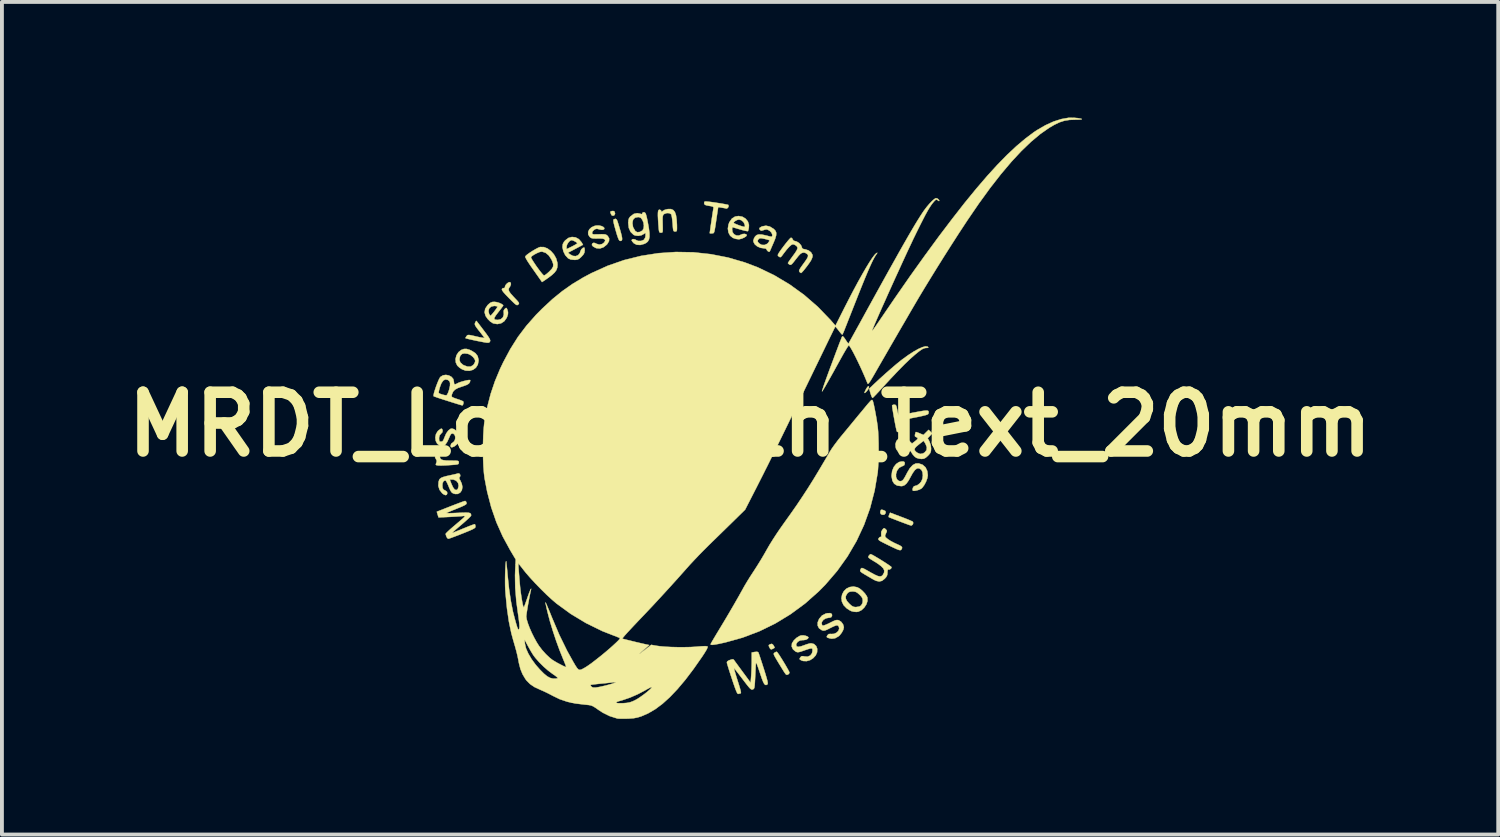
<source format=kicad_pcb>
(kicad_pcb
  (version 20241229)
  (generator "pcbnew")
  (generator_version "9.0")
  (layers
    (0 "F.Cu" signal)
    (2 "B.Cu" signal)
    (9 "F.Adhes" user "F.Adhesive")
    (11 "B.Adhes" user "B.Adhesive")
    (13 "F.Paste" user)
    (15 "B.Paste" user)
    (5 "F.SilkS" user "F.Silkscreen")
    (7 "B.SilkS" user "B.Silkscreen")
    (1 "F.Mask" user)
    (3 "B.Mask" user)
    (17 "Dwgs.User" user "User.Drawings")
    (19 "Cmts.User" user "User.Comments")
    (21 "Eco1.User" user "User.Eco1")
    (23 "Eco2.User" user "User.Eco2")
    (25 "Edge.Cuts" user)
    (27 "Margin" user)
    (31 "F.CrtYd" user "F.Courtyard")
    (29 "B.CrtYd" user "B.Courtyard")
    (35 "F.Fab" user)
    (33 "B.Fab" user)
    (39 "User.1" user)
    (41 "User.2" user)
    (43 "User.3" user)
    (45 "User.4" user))
  (footprint "MRDT_Logo_With_Text_20mm"
    (layer "F.Cu")
    (at 14.554 8.595)
    (property "Reference" "MRDT_Logo_With_Text_20mm" (at 1.854 -0.635 0) (layer "F.SilkS") (effects (font (size 1.524 1.524) (thickness 0.3))))
    (attr through_hole)
    (fp_poly (pts (xy 5.312 1.588) (xy 5.36 1.61) (xy 5.374 1.637) (xy 5.363 1.679) (xy 5.333 1.708) (xy 5.283 1.708) (xy 5.25 1.694) (xy 5.231 1.657) (xy 5.235 1.62) (xy 5.248 1.584) (xy 5.272 1.577) (xy 5.312 1.588)) (stroke (width 0.01) (type solid)) (fill yes) (layer "F.SilkS"))
    (fp_poly (pts (xy -1.683 -6.17) (xy -1.663 -6.157) (xy -1.647 -6.105) (xy -1.664 -6.064) (xy -1.69 -6.05) (xy -1.729 -6.053) (xy -1.754 -6.09) (xy -1.754 -6.092) (xy -1.77 -6.137) (xy -1.767 -6.157) (xy -1.74 -6.167) (xy -1.727 -6.171) (xy -1.683 -6.17)) (stroke (width 0.01) (type solid)) (fill yes) (layer "F.SilkS"))
    (fp_poly (pts (xy 4.938 -1.617) (xy 4.935 -1.576) (xy 4.934 -1.576) (xy 4.918 -1.544) (xy 4.889 -1.506) (xy 4.857 -1.471) (xy 4.831 -1.451) (xy 4.821 -1.454) (xy 4.83 -1.481) (xy 4.853 -1.53) (xy 4.865 -1.554) (xy 4.897 -1.604) (xy 4.923 -1.626) (xy 4.938 -1.617)) (stroke (width 0.01) (type solid)) (fill yes) (layer "F.SilkS"))
    (fp_poly (pts (xy 2.445 5.074) (xy 2.463 5.099) (xy 2.485 5.139) (xy 2.491 5.159) (xy 2.491 5.159) (xy 2.469 5.172) (xy 2.437 5.19) (xy 2.401 5.202) (xy 2.377 5.186) (xy 2.358 5.153) (xy 2.338 5.109) (xy 2.344 5.086) (xy 2.376 5.068) (xy 2.416 5.057) (xy 2.445 5.074)) (stroke (width 0.01) (type solid)) (fill yes) (layer "F.SilkS"))
    (fp_poly (pts (xy -1.605 -5.948) (xy -1.585 -5.902) (xy -1.536 -5.744) (xy -1.501 -5.623) (xy -1.478 -5.533) (xy -1.466 -5.47) (xy -1.466 -5.429) (xy -1.476 -5.406) (xy -1.497 -5.396) (xy -1.514 -5.395) (xy -1.532 -5.402) (xy -1.551 -5.427) (xy -1.572 -5.477) (xy -1.599 -5.556) (xy -1.631 -5.666) (xy -1.664 -5.783) (xy -1.684 -5.865) (xy -1.692 -5.918) (xy -1.689 -5.946) (xy -1.683 -5.954) (xy -1.638 -5.97) (xy -1.605 -5.948)) (stroke (width 0.01) (type solid)) (fill yes) (layer "F.SilkS"))
    (fp_poly (pts (xy 5.768 1.761) (xy 5.871 1.8) (xy 5.962 1.837) (xy 6.03 1.866) (xy 6.07 1.885) (xy 6.075 1.888) (xy 6.087 1.921) (xy 6.075 1.96) (xy 6.046 1.986) (xy 6.032 1.988) (xy 6.003 1.98) (xy 5.943 1.959) (xy 5.859 1.928) (xy 5.761 1.891) (xy 5.739 1.883) (xy 5.639 1.844) (xy 5.554 1.811) (xy 5.49 1.786) (xy 5.457 1.773) (xy 5.454 1.772) (xy 5.449 1.75) (xy 5.462 1.71) (xy 5.487 1.655) (xy 5.768 1.761)) (stroke (width 0.01) (type solid)) (fill yes) (layer "F.SilkS"))
    (fp_poly (pts (xy 2.566 5.284) (xy 2.601 5.332) (xy 2.646 5.402) (xy 2.698 5.485) (xy 2.751 5.572) (xy 2.8 5.656) (xy 2.841 5.728) (xy 2.868 5.781) (xy 2.877 5.805) (xy 2.862 5.835) (xy 2.837 5.853) (xy 2.808 5.862) (xy 2.783 5.849) (xy 2.751 5.806) (xy 2.737 5.785) (xy 2.7 5.726) (xy 2.65 5.644) (xy 2.594 5.553) (xy 2.565 5.505) (xy 2.514 5.419) (xy 2.483 5.363) (xy 2.469 5.327) (xy 2.471 5.305) (xy 2.484 5.29) (xy 2.488 5.287) (xy 2.527 5.266) (xy 2.548 5.264) (xy 2.566 5.284)) (stroke (width 0.01) (type solid)) (fill yes) (layer "F.SilkS"))
    (fp_poly (pts (xy -4.356 -4.312) (xy -4.35 -4.273) (xy -4.367 -4.222) (xy -4.381 -4.201) (xy -4.404 -4.163) (xy -4.409 -4.126) (xy -4.395 -4.084) (xy -4.357 -4.03) (xy -4.292 -3.957) (xy -4.247 -3.909) (xy -4.187 -3.846) (xy -4.153 -3.805) (xy -4.14 -3.778) (xy -4.146 -3.759) (xy -4.161 -3.745) (xy -4.178 -3.732) (xy -4.197 -3.731) (xy -4.224 -3.745) (xy -4.264 -3.778) (xy -4.323 -3.835) (xy -4.398 -3.91) (xy -4.486 -4.001) (xy -4.545 -4.067) (xy -4.577 -4.113) (xy -4.585 -4.142) (xy -4.584 -4.146) (xy -4.558 -4.172) (xy -4.538 -4.17) (xy -4.512 -4.174) (xy -4.506 -4.202) (xy -4.49 -4.247) (xy -4.45 -4.293) (xy -4.404 -4.323) (xy -4.386 -4.327) (xy -4.356 -4.312)) (stroke (width 0.01) (type solid)) (fill yes) (layer "F.SilkS"))
    (fp_poly (pts (xy -6.22 0.129) (xy -6.196 0.168) (xy -6.193 0.199) (xy -6.186 0.242) (xy -6.161 0.272) (xy -6.113 0.291) (xy -6.035 0.301) (xy -5.922 0.304) (xy -5.906 0.304) (xy -5.812 0.305) (xy -5.752 0.307) (xy -5.719 0.314) (xy -5.705 0.327) (xy -5.702 0.348) (xy -5.702 0.354) (xy -5.704 0.378) (xy -5.717 0.394) (xy -5.747 0.404) (xy -5.804 0.411) (xy -5.896 0.418) (xy -5.897 0.418) (xy -6.047 0.428) (xy -6.159 0.432) (xy -6.235 0.43) (xy -6.281 0.423) (xy -6.298 0.41) (xy -6.299 0.406) (xy -6.288 0.365) (xy -6.279 0.348) (xy -6.275 0.304) (xy -6.29 0.274) (xy -6.318 0.221) (xy -6.311 0.175) (xy -6.294 0.147) (xy -6.256 0.12) (xy -6.22 0.129)) (stroke (width 0.01) (type solid)) (fill yes) (layer "F.SilkS"))
    (fp_poly (pts (xy 6.457 -2.654) (xy 6.469 -2.646) (xy 6.479 -2.627) (xy 6.453 -2.62) (xy 6.435 -2.62) (xy 6.392 -2.616) (xy 6.348 -2.602) (xy 6.298 -2.574) (xy 6.232 -2.526) (xy 6.143 -2.454) (xy 6.123 -2.437) (xy 6.004 -2.332) (xy 5.859 -2.193) (xy 5.691 -2.022) (xy 5.499 -1.819) (xy 5.293 -1.596) (xy 5.212 -1.507) (xy 5.14 -1.43) (xy 5.083 -1.37) (xy 5.045 -1.332) (xy 5.033 -1.322) (xy 5.018 -1.337) (xy 4.998 -1.383) (xy 4.979 -1.438) (xy 4.944 -1.562) (xy 5.08 -1.691) (xy 5.22 -1.821) (xy 5.365 -1.952) (xy 5.509 -2.078) (xy 5.642 -2.192) (xy 5.758 -2.286) (xy 5.803 -2.321) (xy 5.956 -2.432) (xy 6.096 -2.523) (xy 6.219 -2.592) (xy 6.323 -2.638) (xy 6.404 -2.66) (xy 6.457 -2.654)) (stroke (width 0.01) (type solid)) (fill yes) (layer "F.SilkS"))
    (fp_poly (pts (xy 5.372 2.083) (xy 5.4 2.115) (xy 5.4 2.146) (xy 5.385 2.179) (xy 5.363 2.228) (xy 5.355 2.262) (xy 5.373 2.295) (xy 5.424 2.338) (xy 5.498 2.387) (xy 5.59 2.436) (xy 5.661 2.469) (xy 5.742 2.506) (xy 5.787 2.537) (xy 5.8 2.567) (xy 5.785 2.602) (xy 5.776 2.614) (xy 5.762 2.625) (xy 5.74 2.627) (xy 5.704 2.618) (xy 5.648 2.596) (xy 5.566 2.558) (xy 5.457 2.506) (xy 5.345 2.451) (xy 5.267 2.411) (xy 5.217 2.383) (xy 5.191 2.361) (xy 5.182 2.344) (xy 5.186 2.327) (xy 5.19 2.319) (xy 5.219 2.288) (xy 5.242 2.283) (xy 5.258 2.275) (xy 5.257 2.232) (xy 5.256 2.221) (xy 5.257 2.15) (xy 5.287 2.097) (xy 5.318 2.062) (xy 5.341 2.058) (xy 5.372 2.083)) (stroke (width 0.01) (type solid)) (fill yes) (layer "F.SilkS"))
    (fp_poly (pts (xy -5.422 -2.57) (xy -5.364 -2.543) (xy -5.27 -2.482) (xy -5.213 -2.408) (xy -5.19 -2.316) (xy -5.189 -2.288) (xy -5.208 -2.187) (xy -5.258 -2.107) (xy -5.333 -2.052) (xy -5.425 -2.026) (xy -5.528 -2.031) (xy -5.62 -2.066) (xy -5.683 -2.107) (xy -5.736 -2.156) (xy -5.743 -2.164) (xy -5.78 -2.243) (xy -5.784 -2.313) (xy -5.687 -2.313) (xy -5.662 -2.242) (xy -5.596 -2.183) (xy -5.575 -2.171) (xy -5.477 -2.135) (xy -5.394 -2.135) (xy -5.33 -2.173) (xy -5.319 -2.185) (xy -5.288 -2.236) (xy -5.275 -2.28) (xy -5.275 -2.281) (xy -5.293 -2.333) (xy -5.338 -2.389) (xy -5.399 -2.437) (xy -5.462 -2.466) (xy -5.467 -2.467) (xy -5.556 -2.478) (xy -5.617 -2.464) (xy -5.658 -2.422) (xy -5.671 -2.395) (xy -5.687 -2.313) (xy -5.784 -2.313) (xy -5.786 -2.335) (xy -5.762 -2.428) (xy -5.711 -2.509) (xy -5.64 -2.566) (xy -5.57 -2.592) (xy -5.502 -2.594) (xy -5.422 -2.57)) (stroke (width 0.01) (type solid)) (fill yes) (layer "F.SilkS"))
    (fp_poly (pts (xy -5.23 -3.303) (xy -5.194 -3.256) (xy -5.142 -3.188) (xy -5.079 -3.105) (xy -5.054 -3.072) (xy -4.98 -2.973) (xy -4.93 -2.902) (xy -4.9 -2.852) (xy -4.888 -2.818) (xy -4.889 -2.795) (xy -4.892 -2.789) (xy -4.903 -2.771) (xy -4.917 -2.759) (xy -4.941 -2.754) (xy -4.982 -2.756) (xy -5.045 -2.766) (xy -5.138 -2.784) (xy -5.259 -2.808) (xy -5.36 -2.83) (xy -5.444 -2.849) (xy -5.503 -2.864) (xy -5.53 -2.874) (xy -5.53 -2.875) (xy -5.518 -2.899) (xy -5.499 -2.927) (xy -5.484 -2.945) (xy -5.465 -2.954) (xy -5.434 -2.955) (xy -5.384 -2.947) (xy -5.304 -2.929) (xy -5.244 -2.915) (xy -5.155 -2.895) (xy -5.086 -2.883) (xy -5.045 -2.88) (xy -5.037 -2.885) (xy -5.057 -2.911) (xy -5.097 -2.962) (xy -5.149 -3.029) (xy -5.178 -3.065) (xy -5.236 -3.14) (xy -5.27 -3.19) (xy -5.285 -3.225) (xy -5.285 -3.253) (xy -5.277 -3.276) (xy -5.257 -3.312) (xy -5.245 -3.322) (xy -5.23 -3.303)) (stroke (width 0.01) (type solid)) (fill yes) (layer "F.SilkS"))
    (fp_poly (pts (xy 0.752 -6.415) (xy 0.825 -6.407) (xy 0.915 -6.395) (xy 1.012 -6.38) (xy 1.108 -6.365) (xy 1.193 -6.35) (xy 1.256 -6.338) (xy 1.288 -6.33) (xy 1.29 -6.329) (xy 1.298 -6.297) (xy 1.282 -6.259) (xy 1.254 -6.236) (xy 1.239 -6.235) (xy 1.195 -6.245) (xy 1.132 -6.256) (xy 1.115 -6.259) (xy 1.027 -6.273) (xy 0.989 -6.021) (xy 0.968 -5.877) (xy 0.952 -5.77) (xy 0.939 -5.694) (xy 0.929 -5.644) (xy 0.918 -5.614) (xy 0.907 -5.599) (xy 0.893 -5.594) (xy 0.874 -5.592) (xy 0.867 -5.591) (xy 0.824 -5.589) (xy 0.808 -5.595) (xy 0.811 -5.623) (xy 0.82 -5.683) (xy 0.831 -5.767) (xy 0.846 -5.866) (xy 0.861 -5.969) (xy 0.876 -6.067) (xy 0.889 -6.152) (xy 0.899 -6.213) (xy 0.904 -6.241) (xy 0.906 -6.267) (xy 0.89 -6.284) (xy 0.847 -6.296) (xy 0.792 -6.305) (xy 0.721 -6.318) (xy 0.683 -6.333) (xy 0.666 -6.357) (xy 0.663 -6.371) (xy 0.666 -6.408) (xy 0.699 -6.419) (xy 0.705 -6.419) (xy 0.752 -6.415)) (stroke (width 0.01) (type solid)) (fill yes) (layer "F.SilkS"))
    (fp_poly (pts (xy 4.635 3.59) (xy 4.699 3.624) (xy 4.77 3.683) (xy 4.835 3.752) (xy 4.882 3.821) (xy 4.898 3.859) (xy 4.9 3.945) (xy 4.87 4.035) (xy 4.815 4.118) (xy 4.744 4.184) (xy 4.663 4.223) (xy 4.613 4.23) (xy 4.544 4.224) (xy 4.484 4.209) (xy 4.48 4.208) (xy 4.428 4.181) (xy 4.368 4.141) (xy 4.357 4.133) (xy 4.279 4.052) (xy 4.236 3.961) (xy 4.227 3.882) (xy 4.335 3.882) (xy 4.369 3.949) (xy 4.423 4.01) (xy 4.481 4.064) (xy 4.527 4.092) (xy 4.576 4.103) (xy 4.605 4.103) (xy 4.69 4.09) (xy 4.736 4.061) (xy 4.771 3.998) (xy 4.778 3.94) (xy 4.772 3.886) (xy 4.746 3.838) (xy 4.694 3.782) (xy 4.692 3.78) (xy 4.634 3.73) (xy 4.585 3.706) (xy 4.527 3.698) (xy 4.512 3.698) (xy 4.445 3.704) (xy 4.4 3.726) (xy 4.374 3.754) (xy 4.337 3.819) (xy 4.335 3.882) (xy 4.227 3.882) (xy 4.225 3.866) (xy 4.243 3.774) (xy 4.286 3.693) (xy 4.351 3.627) (xy 4.436 3.585) (xy 4.536 3.571) (xy 4.635 3.59)) (stroke (width 0.01) (type solid)) (fill yes) (layer "F.SilkS"))
    (fp_poly (pts (xy 5.625 -1.142) (xy 5.644 -1.121) (xy 5.659 -1.073) (xy 5.67 -1.016) (xy 5.684 -0.947) (xy 5.697 -0.896) (xy 5.704 -0.877) (xy 5.726 -0.878) (xy 5.784 -0.886) (xy 5.87 -0.9) (xy 5.978 -0.919) (xy 6.09 -0.941) (xy 6.231 -0.967) (xy 6.335 -0.985) (xy 6.407 -0.994) (xy 6.453 -0.993) (xy 6.478 -0.983) (xy 6.487 -0.963) (xy 6.485 -0.933) (xy 6.482 -0.919) (xy 6.473 -0.904) (xy 6.448 -0.889) (xy 6.402 -0.874) (xy 6.329 -0.856) (xy 6.225 -0.833) (xy 6.102 -0.809) (xy 5.981 -0.786) (xy 5.877 -0.765) (xy 5.794 -0.749) (xy 5.741 -0.738) (xy 5.724 -0.734) (xy 5.726 -0.711) (xy 5.736 -0.654) (xy 5.754 -0.568) (xy 5.771 -0.493) (xy 5.769 -0.457) (xy 5.736 -0.439) (xy 5.726 -0.437) (xy 5.681 -0.438) (xy 5.662 -0.452) (xy 5.652 -0.489) (xy 5.637 -0.555) (xy 5.619 -0.644) (xy 5.6 -0.744) (xy 5.581 -0.849) (xy 5.564 -0.948) (xy 5.55 -1.034) (xy 5.541 -1.097) (xy 5.539 -1.129) (xy 5.539 -1.131) (xy 5.566 -1.144) (xy 5.598 -1.147) (xy 5.625 -1.142)) (stroke (width 0.01) (type solid)) (fill yes) (layer "F.SilkS"))
    (fp_poly (pts (xy -2.672 -5.487) (xy -2.587 -5.441) (xy -2.518 -5.361) (xy -2.517 -5.358) (xy -2.48 -5.295) (xy -2.675 -5.192) (xy -2.87 -5.089) (xy -2.821 -5.05) (xy -2.744 -5.007) (xy -2.669 -5) (xy -2.605 -5.026) (xy -2.561 -5.082) (xy -2.55 -5.119) (xy -2.524 -5.176) (xy -2.481 -5.215) (xy -2.448 -5.224) (xy -2.44 -5.205) (xy -2.436 -5.159) (xy -2.436 -5.147) (xy -2.444 -5.09) (xy -2.472 -5.039) (xy -2.519 -4.987) (xy -2.573 -4.937) (xy -2.618 -4.913) (xy -2.674 -4.904) (xy -2.708 -4.904) (xy -2.799 -4.913) (xy -2.866 -4.944) (xy -2.871 -4.949) (xy -2.94 -5.025) (xy -2.989 -5.124) (xy -3.012 -5.229) (xy -3.012 -5.245) (xy -3.012 -5.247) (xy -2.906 -5.247) (xy -2.906 -5.182) (xy -2.767 -5.25) (xy -2.699 -5.286) (xy -2.65 -5.315) (xy -2.628 -5.334) (xy -2.628 -5.335) (xy -2.645 -5.355) (xy -2.686 -5.381) (xy -2.734 -5.404) (xy -2.773 -5.416) (xy -2.777 -5.416) (xy -2.819 -5.398) (xy -2.861 -5.354) (xy -2.894 -5.297) (xy -2.906 -5.247) (xy -3.012 -5.247) (xy -3.004 -5.312) (xy -2.974 -5.37) (xy -2.942 -5.408) (xy -2.859 -5.472) (xy -2.766 -5.498) (xy -2.672 -5.487)) (stroke (width 0.01) (type solid)) (fill yes) (layer "F.SilkS"))
    (fp_poly (pts (xy 5.015 2.744) (xy 5.071 2.774) (xy 5.145 2.818) (xy 5.23 2.869) (xy 5.316 2.923) (xy 5.396 2.975) (xy 5.463 3.02) (xy 5.509 3.053) (xy 5.525 3.069) (xy 5.509 3.108) (xy 5.472 3.13) (xy 5.448 3.128) (xy 5.429 3.132) (xy 5.42 3.167) (xy 5.419 3.207) (xy 5.412 3.272) (xy 5.386 3.324) (xy 5.346 3.369) (xy 5.276 3.423) (xy 5.204 3.44) (xy 5.122 3.422) (xy 5.064 3.394) (xy 5.001 3.358) (xy 4.919 3.31) (xy 4.837 3.262) (xy 4.766 3.219) (xy 4.727 3.19) (xy 4.711 3.167) (xy 4.714 3.142) (xy 4.72 3.128) (xy 4.731 3.105) (xy 4.744 3.091) (xy 4.765 3.091) (xy 4.8 3.104) (xy 4.857 3.134) (xy 4.942 3.182) (xy 4.981 3.205) (xy 5.088 3.263) (xy 5.167 3.298) (xy 5.224 3.31) (xy 5.265 3.3) (xy 5.297 3.271) (xy 5.3 3.266) (xy 5.331 3.208) (xy 5.335 3.154) (xy 5.31 3.099) (xy 5.252 3.04) (xy 5.161 2.972) (xy 5.053 2.905) (xy 4.981 2.861) (xy 4.939 2.831) (xy 4.922 2.809) (xy 4.925 2.789) (xy 4.935 2.772) (xy 4.964 2.739) (xy 4.984 2.73) (xy 5.015 2.744)) (stroke (width 0.01) (type solid)) (fill yes) (layer "F.SilkS"))
    (fp_poly (pts (xy -3.497 -5.236) (xy -3.401 -5.199) (xy -3.312 -5.133) (xy -3.235 -5.046) (xy -3.177 -4.943) (xy -3.145 -4.831) (xy -3.141 -4.776) (xy -3.148 -4.703) (xy -3.171 -4.638) (xy -3.217 -4.575) (xy -3.289 -4.508) (xy -3.393 -4.43) (xy -3.443 -4.395) (xy -3.543 -4.328) (xy -3.769 -4.65) (xy -3.852 -4.768) (xy -3.911 -4.857) (xy -3.949 -4.92) (xy -3.97 -4.963) (xy -3.973 -4.975) (xy -3.829 -4.975) (xy -3.823 -4.951) (xy -3.795 -4.9) (xy -3.752 -4.833) (xy -3.7 -4.755) (xy -3.643 -4.676) (xy -3.588 -4.603) (xy -3.54 -4.544) (xy -3.505 -4.507) (xy -3.491 -4.498) (xy -3.461 -4.512) (xy -3.412 -4.549) (xy -3.354 -4.601) (xy -3.354 -4.601) (xy -3.288 -4.671) (xy -3.255 -4.73) (xy -3.252 -4.792) (xy -3.277 -4.868) (xy -3.302 -4.92) (xy -3.368 -5.019) (xy -3.448 -5.086) (xy -3.537 -5.116) (xy -3.56 -5.117) (xy -3.609 -5.106) (xy -3.676 -5.078) (xy -3.746 -5.041) (xy -3.802 -5.003) (xy -3.829 -4.975) (xy -3.973 -4.975) (xy -3.976 -4.99) (xy -3.971 -5.002) (xy -3.931 -5.039) (xy -3.866 -5.086) (xy -3.787 -5.137) (xy -3.707 -5.184) (xy -3.638 -5.22) (xy -3.593 -5.237) (xy -3.497 -5.236)) (stroke (width 0.01) (type solid)) (fill yes) (layer "F.SilkS"))
    (fp_poly (pts (xy -0.198 -6.221) (xy -0.14 -6.197) (xy -0.097 -6.146) (xy -0.068 -6.063) (xy -0.051 -5.947) (xy -0.043 -5.812) (xy -0.042 -5.727) (xy -0.044 -5.676) (xy -0.052 -5.65) (xy -0.069 -5.641) (xy -0.09 -5.64) (xy -0.114 -5.642) (xy -0.13 -5.654) (xy -0.14 -5.682) (xy -0.147 -5.735) (xy -0.153 -5.821) (xy -0.155 -5.849) (xy -0.164 -5.942) (xy -0.175 -6.02) (xy -0.188 -6.074) (xy -0.195 -6.089) (xy -0.241 -6.115) (xy -0.305 -6.118) (xy -0.367 -6.097) (xy -0.378 -6.09) (xy -0.396 -6.073) (xy -0.408 -6.047) (xy -0.414 -6.004) (xy -0.415 -5.935) (xy -0.413 -5.834) (xy -0.411 -5.734) (xy -0.411 -5.669) (xy -0.415 -5.631) (xy -0.425 -5.614) (xy -0.443 -5.609) (xy -0.458 -5.608) (xy -0.482 -5.611) (xy -0.498 -5.623) (xy -0.508 -5.653) (xy -0.515 -5.709) (xy -0.522 -5.8) (xy -0.523 -5.804) (xy -0.532 -5.946) (xy -0.537 -6.051) (xy -0.536 -6.124) (xy -0.53 -6.171) (xy -0.519 -6.196) (xy -0.501 -6.205) (xy -0.494 -6.206) (xy -0.458 -6.191) (xy -0.451 -6.171) (xy -0.448 -6.148) (xy -0.43 -6.155) (xy -0.409 -6.173) (xy -0.362 -6.2) (xy -0.295 -6.218) (xy -0.276 -6.221) (xy -0.198 -6.221)) (stroke (width 0.01) (type solid)) (fill yes) (layer "F.SilkS"))
    (fp_poly (pts (xy 1.654 -6.023) (xy 1.738 -5.973) (xy 1.797 -5.9) (xy 1.825 -5.811) (xy 1.822 -5.74) (xy 1.811 -5.685) (xy 1.801 -5.651) (xy 1.799 -5.649) (xy 1.777 -5.649) (xy 1.723 -5.659) (xy 1.646 -5.679) (xy 1.593 -5.694) (xy 1.395 -5.753) (xy 1.388 -5.701) (xy 1.397 -5.628) (xy 1.435 -5.571) (xy 1.493 -5.538) (xy 1.561 -5.534) (xy 1.611 -5.554) (xy 1.661 -5.574) (xy 1.714 -5.578) (xy 1.755 -5.566) (xy 1.769 -5.544) (xy 1.75 -5.514) (xy 1.703 -5.483) (xy 1.642 -5.456) (xy 1.58 -5.44) (xy 1.555 -5.438) (xy 1.482 -5.448) (xy 1.411 -5.473) (xy 1.41 -5.473) (xy 1.337 -5.531) (xy 1.293 -5.614) (xy 1.278 -5.714) (xy 1.294 -5.821) (xy 1.312 -5.864) (xy 1.427 -5.864) (xy 1.446 -5.85) (xy 1.493 -5.829) (xy 1.556 -5.804) (xy 1.622 -5.781) (xy 1.68 -5.765) (xy 1.712 -5.759) (xy 1.721 -5.776) (xy 1.717 -5.816) (xy 1.684 -5.884) (xy 1.629 -5.932) (xy 1.568 -5.95) (xy 1.52 -5.939) (xy 1.47 -5.913) (xy 1.435 -5.882) (xy 1.427 -5.864) (xy 1.312 -5.864) (xy 1.321 -5.886) (xy 1.384 -5.976) (xy 1.464 -6.026) (xy 1.553 -6.041) (xy 1.654 -6.023)) (stroke (width 0.01) (type solid)) (fill yes) (layer "F.SilkS"))
    (fp_poly (pts (xy -2.06 -5.794) (xy -1.999 -5.78) (xy -1.952 -5.757) (xy -1.927 -5.73) (xy -1.93 -5.703) (xy -1.959 -5.685) (xy -2.001 -5.683) (xy -2.059 -5.695) (xy -2.063 -5.697) (xy -2.119 -5.711) (xy -2.163 -5.701) (xy -2.189 -5.686) (xy -2.228 -5.647) (xy -2.244 -5.606) (xy -2.241 -5.582) (xy -2.224 -5.569) (xy -2.185 -5.565) (xy -2.114 -5.566) (xy -2.1 -5.566) (xy -2.003 -5.569) (xy -1.938 -5.568) (xy -1.896 -5.562) (xy -1.867 -5.548) (xy -1.841 -5.526) (xy -1.838 -5.523) (xy -1.801 -5.46) (xy -1.805 -5.39) (xy -1.851 -5.313) (xy -1.865 -5.297) (xy -1.948 -5.231) (xy -2.04 -5.199) (xy -2.13 -5.206) (xy -2.15 -5.213) (xy -2.219 -5.251) (xy -2.249 -5.289) (xy -2.24 -5.325) (xy -2.232 -5.332) (xy -2.202 -5.347) (xy -2.165 -5.339) (xy -2.137 -5.323) (xy -2.058 -5.299) (xy -1.983 -5.315) (xy -1.933 -5.353) (xy -1.904 -5.401) (xy -1.915 -5.435) (xy -1.965 -5.454) (xy -2.046 -5.459) (xy -2.145 -5.457) (xy -2.211 -5.459) (xy -2.253 -5.466) (xy -2.282 -5.479) (xy -2.308 -5.502) (xy -2.345 -5.563) (xy -2.346 -5.63) (xy -2.316 -5.695) (xy -2.258 -5.749) (xy -2.178 -5.785) (xy -2.129 -5.795) (xy -2.06 -5.794)) (stroke (width 0.01) (type solid)) (fill yes) (layer "F.SilkS"))
    (fp_poly (pts (xy -5.828 -0.513) (xy -5.772 -0.474) (xy -5.764 -0.466) (xy -5.723 -0.415) (xy -5.705 -0.359) (xy -5.702 -0.305) (xy -5.716 -0.195) (xy -5.756 -0.112) (xy -5.819 -0.063) (xy -5.876 -0.041) (xy -5.905 -0.045) (xy -5.915 -0.075) (xy -5.915 -0.087) (xy -5.896 -0.138) (xy -5.862 -0.161) (xy -5.82 -0.198) (xy -5.797 -0.253) (xy -5.794 -0.312) (xy -5.81 -0.364) (xy -5.846 -0.396) (xy -5.87 -0.4) (xy -5.899 -0.389) (xy -5.927 -0.349) (xy -5.959 -0.275) (xy -5.962 -0.269) (xy -6.002 -0.182) (xy -6.047 -0.116) (xy -6.07 -0.094) (xy -6.111 -0.067) (xy -6.145 -0.063) (xy -6.191 -0.081) (xy -6.201 -0.085) (xy -6.264 -0.137) (xy -6.301 -0.211) (xy -6.311 -0.297) (xy -6.294 -0.383) (xy -6.249 -0.459) (xy -6.221 -0.484) (xy -6.172 -0.519) (xy -6.143 -0.524) (xy -6.126 -0.497) (xy -6.122 -0.482) (xy -6.126 -0.435) (xy -6.162 -0.395) (xy -6.2 -0.351) (xy -6.214 -0.29) (xy -6.214 -0.271) (xy -6.211 -0.216) (xy -6.197 -0.192) (xy -6.164 -0.187) (xy -6.162 -0.187) (xy -6.129 -0.194) (xy -6.105 -0.221) (xy -6.081 -0.278) (xy -6.075 -0.294) (xy -6.031 -0.396) (xy -5.977 -0.473) (xy -5.919 -0.519) (xy -5.88 -0.528) (xy -5.828 -0.513)) (stroke (width 0.01) (type solid)) (fill yes) (layer "F.SilkS"))
    (fp_poly (pts (xy 3.292 4.847) (xy 3.343 4.866) (xy 3.369 4.888) (xy 3.37 4.893) (xy 3.351 4.926) (xy 3.303 4.951) (xy 3.239 4.961) (xy 3.223 4.96) (xy 3.151 4.97) (xy 3.09 5.005) (xy 3.055 5.055) (xy 3.049 5.084) (xy 3.062 5.123) (xy 3.103 5.136) (xy 3.174 5.123) (xy 3.25 5.096) (xy 3.327 5.068) (xy 3.395 5.049) (xy 3.436 5.043) (xy 3.512 5.062) (xy 3.569 5.115) (xy 3.596 5.185) (xy 3.593 5.275) (xy 3.556 5.358) (xy 3.492 5.428) (xy 3.411 5.48) (xy 3.32 5.506) (xy 3.228 5.502) (xy 3.183 5.486) (xy 3.144 5.462) (xy 3.141 5.436) (xy 3.164 5.401) (xy 3.192 5.377) (xy 3.232 5.377) (xy 3.264 5.384) (xy 3.347 5.39) (xy 3.415 5.361) (xy 3.46 5.302) (xy 3.472 5.25) (xy 3.474 5.207) (xy 3.466 5.182) (xy 3.443 5.174) (xy 3.396 5.183) (xy 3.32 5.207) (xy 3.257 5.229) (xy 3.174 5.258) (xy 3.119 5.272) (xy 3.082 5.274) (xy 3.052 5.265) (xy 3.033 5.255) (xy 2.967 5.199) (xy 2.934 5.127) (xy 2.94 5.051) (xy 2.943 5.041) (xy 2.99 4.968) (xy 3.06 4.901) (xy 3.139 4.853) (xy 3.177 4.84) (xy 3.232 4.837) (xy 3.292 4.847)) (stroke (width 0.01) (type solid)) (fill yes) (layer "F.SilkS"))
    (fp_poly (pts (xy 3.976 4.284) (xy 3.981 4.328) (xy 3.979 4.336) (xy 3.956 4.369) (xy 3.907 4.381) (xy 3.894 4.381) (xy 3.821 4.396) (xy 3.758 4.434) (xy 3.719 4.487) (xy 3.711 4.522) (xy 3.721 4.566) (xy 3.739 4.585) (xy 3.769 4.58) (xy 3.826 4.559) (xy 3.9 4.526) (xy 3.93 4.51) (xy 4.013 4.469) (xy 4.069 4.446) (xy 4.109 4.439) (xy 4.144 4.443) (xy 4.159 4.448) (xy 4.22 4.488) (xy 4.267 4.553) (xy 4.287 4.623) (xy 4.287 4.627) (xy 4.272 4.693) (xy 4.233 4.767) (xy 4.18 4.835) (xy 4.151 4.861) (xy 4.061 4.912) (xy 3.971 4.924) (xy 3.909 4.912) (xy 3.858 4.895) (xy 3.842 4.877) (xy 3.855 4.846) (xy 3.864 4.831) (xy 3.895 4.803) (xy 3.944 4.8) (xy 3.96 4.802) (xy 4.033 4.798) (xy 4.097 4.768) (xy 4.145 4.721) (xy 4.166 4.664) (xy 4.156 4.61) (xy 4.136 4.585) (xy 4.108 4.576) (xy 4.063 4.587) (xy 3.995 4.617) (xy 3.927 4.651) (xy 3.85 4.69) (xy 3.799 4.71) (xy 3.762 4.715) (xy 3.728 4.708) (xy 3.712 4.701) (xy 3.643 4.653) (xy 3.608 4.584) (xy 3.608 4.501) (xy 3.646 4.409) (xy 3.646 4.409) (xy 3.721 4.322) (xy 3.818 4.272) (xy 3.864 4.262) (xy 3.936 4.261) (xy 3.976 4.284)) (stroke (width 0.01) (type solid)) (fill yes) (layer "F.SilkS"))
    (fp_poly (pts (xy -4.719 -3.807) (xy -4.654 -3.788) (xy -4.595 -3.761) (xy -4.557 -3.734) (xy -4.549 -3.719) (xy -4.562 -3.699) (xy -4.595 -3.653) (xy -4.644 -3.589) (xy -4.679 -3.545) (xy -4.742 -3.462) (xy -4.776 -3.406) (xy -4.782 -3.371) (xy -4.76 -3.353) (xy -4.71 -3.347) (xy -4.686 -3.346) (xy -4.612 -3.364) (xy -4.558 -3.412) (xy -4.534 -3.481) (xy -4.536 -3.522) (xy -4.539 -3.582) (xy -4.518 -3.623) (xy -4.507 -3.633) (xy -4.476 -3.658) (xy -4.459 -3.65) (xy -4.443 -3.614) (xy -4.425 -3.551) (xy -4.427 -3.494) (xy -4.449 -3.425) (xy -4.463 -3.395) (xy -4.522 -3.312) (xy -4.605 -3.258) (xy -4.703 -3.238) (xy -4.806 -3.255) (xy -4.816 -3.259) (xy -4.884 -3.302) (xy -4.952 -3.37) (xy -5.006 -3.448) (xy -5.008 -3.452) (xy -5.033 -3.543) (xy -5.026 -3.581) (xy -4.933 -3.581) (xy -4.917 -3.505) (xy -4.911 -3.494) (xy -4.89 -3.461) (xy -4.88 -3.452) (xy -4.863 -3.468) (xy -4.827 -3.508) (xy -4.784 -3.561) (xy -4.74 -3.62) (xy -4.709 -3.666) (xy -4.699 -3.689) (xy -4.717 -3.701) (xy -4.765 -3.708) (xy -4.783 -3.709) (xy -4.861 -3.692) (xy -4.913 -3.646) (xy -4.933 -3.581) (xy -5.026 -3.581) (xy -5.017 -3.635) (xy -4.958 -3.724) (xy -4.942 -3.741) (xy -4.887 -3.789) (xy -4.835 -3.811) (xy -4.778 -3.815) (xy -4.719 -3.807)) (stroke (width 0.01) (type solid)) (fill yes) (layer "F.SilkS"))
    (fp_poly (pts (xy -5.688 0.64) (xy -5.667 0.67) (xy -5.664 0.707) (xy -5.681 0.732) (xy -5.693 0.752) (xy -5.68 0.79) (xy -5.659 0.827) (xy -5.625 0.904) (xy -5.609 0.985) (xy -5.609 0.991) (xy -5.623 1.072) (xy -5.666 1.134) (xy -5.729 1.169) (xy -5.794 1.17) (xy -5.846 1.156) (xy -5.884 1.132) (xy -5.915 1.088) (xy -5.948 1.018) (xy -5.969 0.964) (xy -6 0.893) (xy -6.028 0.84) (xy -6.049 0.817) (xy -6.052 0.816) (xy -6.096 0.836) (xy -6.122 0.888) (xy -6.128 0.943) (xy -6.122 1.015) (xy -6.098 1.057) (xy -6.051 1.081) (xy -6.049 1.082) (xy -6.009 1.112) (xy -6.001 1.149) (xy -6.014 1.19) (xy -6.049 1.2) (xy -6.1 1.177) (xy -6.136 1.148) (xy -6.202 1.061) (xy -6.233 0.96) (xy -6.227 0.855) (xy -6.211 0.807) (xy -6.203 0.795) (xy -5.936 0.795) (xy -5.894 0.907) (xy -5.852 0.997) (xy -5.81 1.052) (xy -5.769 1.069) (xy -5.734 1.047) (xy -5.724 1.031) (xy -5.705 0.957) (xy -5.721 0.885) (xy -5.766 0.829) (xy -5.833 0.798) (xy -5.863 0.795) (xy -5.936 0.795) (xy -6.203 0.795) (xy -6.191 0.776) (xy -6.158 0.751) (xy -6.104 0.729) (xy -6.023 0.706) (xy -5.908 0.681) (xy -5.905 0.68) (xy -5.825 0.663) (xy -5.759 0.647) (xy -5.72 0.635) (xy -5.72 0.635) (xy -5.688 0.64)) (stroke (width 0.01) (type solid)) (fill yes) (layer "F.SilkS"))
    (fp_poly (pts (xy 2.367 -5.768) (xy 2.468 -5.705) (xy 2.472 -5.702) (xy 2.514 -5.656) (xy 2.534 -5.604) (xy 2.53 -5.537) (xy 2.504 -5.448) (xy 2.466 -5.355) (xy 2.43 -5.273) (xy 2.399 -5.201) (xy 2.378 -5.152) (xy 2.375 -5.145) (xy 2.356 -5.113) (xy 2.331 -5.118) (xy 2.318 -5.126) (xy 2.288 -5.159) (xy 2.281 -5.178) (xy 2.263 -5.196) (xy 2.218 -5.203) (xy 2.125 -5.216) (xy 2.041 -5.253) (xy 1.977 -5.306) (xy 1.943 -5.369) (xy 1.94 -5.396) (xy 1.942 -5.406) (xy 2.05 -5.406) (xy 2.056 -5.37) (xy 2.089 -5.331) (xy 2.154 -5.293) (xy 2.228 -5.29) (xy 2.296 -5.319) (xy 2.323 -5.345) (xy 2.35 -5.385) (xy 2.358 -5.41) (xy 2.357 -5.411) (xy 2.332 -5.421) (xy 2.279 -5.436) (xy 2.228 -5.449) (xy 2.158 -5.463) (xy 2.115 -5.465) (xy 2.088 -5.454) (xy 2.078 -5.445) (xy 2.05 -5.406) (xy 1.942 -5.406) (xy 1.953 -5.453) (xy 1.984 -5.509) (xy 2.026 -5.547) (xy 2.082 -5.564) (xy 2.16 -5.56) (xy 2.267 -5.537) (xy 2.281 -5.534) (xy 2.358 -5.513) (xy 2.403 -5.505) (xy 2.424 -5.51) (xy 2.43 -5.53) (xy 2.431 -5.553) (xy 2.412 -5.605) (xy 2.367 -5.654) (xy 2.311 -5.687) (xy 2.277 -5.694) (xy 2.224 -5.684) (xy 2.193 -5.671) (xy 2.147 -5.66) (xy 2.12 -5.673) (xy 2.093 -5.706) (xy 2.102 -5.734) (xy 2.15 -5.764) (xy 2.168 -5.772) (xy 2.266 -5.79) (xy 2.367 -5.768)) (stroke (width 0.01) (type solid)) (fill yes) (layer "F.SilkS"))
    (fp_poly (pts (xy 5.844 0.33) (xy 5.864 0.349) (xy 5.867 0.378) (xy 5.857 0.419) (xy 5.819 0.443) (xy 5.799 0.449) (xy 5.722 0.49) (xy 5.667 0.564) (xy 5.64 0.651) (xy 5.641 0.73) (xy 5.668 0.793) (xy 5.714 0.831) (xy 5.747 0.838) (xy 5.78 0.834) (xy 5.809 0.818) (xy 5.839 0.783) (xy 5.875 0.723) (xy 5.923 0.632) (xy 5.929 0.619) (xy 6.001 0.499) (xy 6.075 0.419) (xy 6.151 0.379) (xy 6.227 0.376) (xy 6.329 0.411) (xy 6.405 0.478) (xy 6.451 0.574) (xy 6.465 0.684) (xy 6.452 0.761) (xy 6.419 0.851) (xy 6.373 0.938) (xy 6.322 1.007) (xy 6.294 1.032) (xy 6.244 1.057) (xy 6.182 1.077) (xy 6.123 1.088) (xy 6.083 1.087) (xy 6.077 1.083) (xy 6.069 1.05) (xy 6.08 1.007) (xy 6.104 0.972) (xy 6.12 0.965) (xy 6.188 0.945) (xy 6.256 0.895) (xy 6.295 0.847) (xy 6.326 0.773) (xy 6.337 0.688) (xy 6.328 0.606) (xy 6.299 0.544) (xy 6.294 0.539) (xy 6.24 0.504) (xy 6.187 0.506) (xy 6.131 0.547) (xy 6.072 0.629) (xy 6.025 0.714) (xy 5.964 0.825) (xy 5.91 0.9) (xy 5.858 0.944) (xy 5.802 0.964) (xy 5.773 0.966) (xy 5.668 0.951) (xy 5.593 0.904) (xy 5.546 0.826) (xy 5.526 0.716) (xy 5.525 0.689) (xy 5.54 0.574) (xy 5.581 0.472) (xy 5.643 0.393) (xy 5.719 0.341) (xy 5.795 0.326) (xy 5.844 0.33)) (stroke (width 0.01) (type solid)) (fill yes) (layer "F.SilkS"))
    (fp_poly (pts (xy -0.875 -6.131) (xy -0.858 -6.111) (xy -0.843 -6.072) (xy -0.826 -6.007) (xy -0.805 -5.908) (xy -0.801 -5.886) (xy -0.772 -5.724) (xy -0.756 -5.598) (xy -0.755 -5.502) (xy -0.769 -5.431) (xy -0.799 -5.378) (xy -0.847 -5.34) (xy -0.891 -5.318) (xy -0.995 -5.29) (xy -1.088 -5.296) (xy -1.162 -5.335) (xy -1.167 -5.34) (xy -1.202 -5.381) (xy -1.219 -5.412) (xy -1.219 -5.414) (xy -1.203 -5.437) (xy -1.164 -5.442) (xy -1.12 -5.429) (xy -1.107 -5.42) (xy -1.049 -5.395) (xy -0.977 -5.394) (xy -0.911 -5.418) (xy -0.897 -5.429) (xy -0.865 -5.484) (xy -0.857 -5.54) (xy -0.858 -5.589) (xy -0.868 -5.601) (xy -0.892 -5.583) (xy -0.898 -5.578) (xy -0.963 -5.542) (xy -1.046 -5.527) (xy -1.126 -5.536) (xy -1.167 -5.553) (xy -1.245 -5.629) (xy -1.291 -5.731) (xy -1.305 -5.85) (xy -1.304 -5.86) (xy -1.198 -5.86) (xy -1.182 -5.753) (xy -1.129 -5.66) (xy -1.118 -5.646) (xy -1.071 -5.621) (xy -1.008 -5.627) (xy -0.944 -5.662) (xy -0.937 -5.668) (xy -0.908 -5.718) (xy -0.9 -5.79) (xy -0.911 -5.871) (xy -0.942 -5.944) (xy -0.981 -5.994) (xy -1.026 -6.012) (xy -1.052 -6.014) (xy -1.13 -5.998) (xy -1.179 -5.95) (xy -1.198 -5.872) (xy -1.198 -5.86) (xy -1.304 -5.86) (xy -1.302 -5.926) (xy -1.29 -5.975) (xy -1.263 -6.016) (xy -1.243 -6.036) (xy -1.16 -6.097) (xy -1.073 -6.115) (xy -1.006 -6.103) (xy -0.961 -6.09) (xy -0.944 -6.098) (xy -0.942 -6.112) (xy -0.925 -6.137) (xy -0.896 -6.138) (xy -0.875 -6.131)) (stroke (width 0.01) (type solid)) (fill yes) (layer "F.SilkS"))
    (fp_poly (pts (xy -5.959 -1.905) (xy -5.891 -1.868) (xy -5.845 -1.813) (xy -5.83 -1.749) (xy -5.824 -1.692) (xy -5.804 -1.673) (xy -5.764 -1.687) (xy -5.758 -1.691) (xy -5.711 -1.715) (xy -5.645 -1.739) (xy -5.571 -1.76) (xy -5.5 -1.777) (xy -5.442 -1.787) (xy -5.409 -1.786) (xy -5.404 -1.781) (xy -5.414 -1.732) (xy -5.44 -1.695) (xy -5.49 -1.663) (xy -5.572 -1.632) (xy -5.616 -1.618) (xy -5.726 -1.579) (xy -5.801 -1.537) (xy -5.849 -1.487) (xy -5.878 -1.421) (xy -5.884 -1.4) (xy -5.888 -1.37) (xy -5.879 -1.349) (xy -5.848 -1.331) (xy -5.788 -1.308) (xy -5.752 -1.296) (xy -5.677 -1.271) (xy -5.619 -1.248) (xy -5.588 -1.233) (xy -5.588 -1.232) (xy -5.58 -1.204) (xy -5.586 -1.164) (xy -5.601 -1.133) (xy -5.612 -1.128) (xy -5.637 -1.135) (xy -5.695 -1.152) (xy -5.78 -1.178) (xy -5.885 -1.211) (xy -5.986 -1.243) (xy -6.102 -1.28) (xy -6.205 -1.313) (xy -6.286 -1.341) (xy -6.339 -1.36) (xy -6.356 -1.368) (xy -6.357 -1.395) (xy -6.345 -1.449) (xy -6.224 -1.449) (xy -6.223 -1.448) (xy -6.192 -1.431) (xy -6.137 -1.412) (xy -6.077 -1.396) (xy -6.031 -1.389) (xy -6.024 -1.389) (xy -6.002 -1.411) (xy -5.976 -1.466) (xy -5.954 -1.531) (xy -5.93 -1.637) (xy -5.928 -1.712) (xy -5.949 -1.762) (xy -5.99 -1.791) (xy -6.052 -1.802) (xy -6.107 -1.772) (xy -6.155 -1.701) (xy -6.192 -1.603) (xy -6.212 -1.531) (xy -6.223 -1.475) (xy -6.224 -1.449) (xy -6.345 -1.449) (xy -6.345 -1.451) (xy -6.322 -1.527) (xy -6.293 -1.614) (xy -6.26 -1.701) (xy -6.228 -1.779) (xy -6.199 -1.838) (xy -6.179 -1.867) (xy -6.113 -1.908) (xy -6.036 -1.92) (xy -5.959 -1.905)) (stroke (width 0.01) (type solid)) (fill yes) (layer "F.SilkS"))
    (fp_poly (pts (xy 2.946 -5.462) (xy 2.958 -5.438) (xy 2.982 -5.403) (xy 3.004 -5.395) (xy 3.065 -5.378) (xy 3.128 -5.337) (xy 3.175 -5.284) (xy 3.191 -5.248) (xy 3.205 -5.207) (xy 3.235 -5.186) (xy 3.292 -5.175) (xy 3.372 -5.148) (xy 3.436 -5.099) (xy 3.472 -5.036) (xy 3.476 -5.004) (xy 3.465 -4.956) (xy 3.438 -4.896) (xy 3.431 -4.883) (xy 3.392 -4.824) (xy 3.343 -4.756) (xy 3.29 -4.687) (xy 3.241 -4.626) (xy 3.201 -4.582) (xy 3.178 -4.563) (xy 3.177 -4.562) (xy 3.152 -4.577) (xy 3.135 -4.594) (xy 3.126 -4.616) (xy 3.134 -4.647) (xy 3.162 -4.695) (xy 3.214 -4.769) (xy 3.215 -4.77) (xy 3.283 -4.864) (xy 3.328 -4.931) (xy 3.352 -4.978) (xy 3.359 -5.011) (xy 3.351 -5.036) (xy 3.335 -5.056) (xy 3.278 -5.09) (xy 3.232 -5.092) (xy 3.196 -5.082) (xy 3.158 -5.057) (xy 3.112 -5.009) (xy 3.051 -4.932) (xy 3.042 -4.921) (xy 2.983 -4.845) (xy 2.943 -4.799) (xy 2.915 -4.777) (xy 2.893 -4.775) (xy 2.876 -4.782) (xy 2.844 -4.807) (xy 2.836 -4.82) (xy 2.848 -4.841) (xy 2.88 -4.889) (xy 2.927 -4.953) (xy 2.953 -4.989) (xy 3.021 -5.082) (xy 3.063 -5.149) (xy 3.083 -5.196) (xy 3.082 -5.231) (xy 3.063 -5.259) (xy 3.05 -5.271) (xy 3.002 -5.3) (xy 2.964 -5.309) (xy 2.925 -5.292) (xy 2.869 -5.243) (xy 2.801 -5.167) (xy 2.727 -5.071) (xy 2.718 -5.059) (xy 2.677 -5.003) (xy 2.65 -4.976) (xy 2.627 -4.974) (xy 2.598 -4.992) (xy 2.592 -4.996) (xy 2.578 -5.01) (xy 2.574 -5.029) (xy 2.585 -5.057) (xy 2.613 -5.103) (xy 2.661 -5.171) (xy 2.721 -5.252) (xy 2.786 -5.336) (xy 2.843 -5.406) (xy 2.888 -5.456) (xy 2.915 -5.479) (xy 2.918 -5.479) (xy 2.946 -5.462)) (stroke (width 0.01) (type solid)) (fill yes) (layer "F.SilkS"))
    (fp_poly (pts (xy 6.533 -0.448) (xy 6.58 -0.401) (xy 6.521 -0.339) (xy 6.462 -0.277) (xy 6.506 -0.195) (xy 6.541 -0.095) (xy 6.55 -0.008) (xy 6.546 0.057) (xy 6.53 0.105) (xy 6.491 0.154) (xy 6.467 0.179) (xy 6.41 0.23) (xy 6.362 0.254) (xy 6.306 0.261) (xy 6.302 0.261) (xy 6.231 0.252) (xy 6.167 0.232) (xy 6.162 0.229) (xy 6.113 0.19) (xy 6.066 0.134) (xy 6.06 0.124) (xy 6.014 0.05) (xy 5.946 0.092) (xy 5.855 0.126) (xy 5.77 0.122) (xy 5.698 0.081) (xy 5.665 0.033) (xy 6.123 0.033) (xy 6.155 0.072) (xy 6.192 0.1) (xy 6.265 0.131) (xy 6.339 0.119) (xy 6.387 0.089) (xy 6.433 0.03) (xy 6.44 -0.044) (xy 6.405 -0.131) (xy 6.4 -0.14) (xy 6.357 -0.21) (xy 6.229 -0.112) (xy 6.158 -0.052) (xy 6.123 -0.006) (xy 6.123 0.033) (xy 5.665 0.033) (xy 5.646 0.006) (xy 5.634 -0.029) (xy 5.631 -0.066) (xy 5.728 -0.066) (xy 5.739 -0.037) (xy 5.779 -0.002) (xy 5.836 0.002) (xy 5.9 -0.026) (xy 5.912 -0.035) (xy 5.946 -0.066) (xy 5.948 -0.088) (xy 5.922 -0.121) (xy 5.87 -0.157) (xy 5.815 -0.164) (xy 5.766 -0.149) (xy 5.734 -0.115) (xy 5.728 -0.066) (xy 5.631 -0.066) (xy 5.625 -0.124) (xy 5.65 -0.204) (xy 5.704 -0.263) (xy 5.782 -0.292) (xy 5.811 -0.293) (xy 5.873 -0.287) (xy 5.924 -0.262) (xy 5.976 -0.216) (xy 6.055 -0.139) (xy 6.132 -0.197) (xy 6.186 -0.243) (xy 6.205 -0.273) (xy 6.19 -0.294) (xy 6.164 -0.305) (xy 6.133 -0.324) (xy 6.13 -0.361) (xy 6.134 -0.375) (xy 6.146 -0.419) (xy 6.154 -0.438) (xy 6.175 -0.434) (xy 6.222 -0.417) (xy 6.256 -0.403) (xy 6.352 -0.362) (xy 6.486 -0.495) (xy 6.533 -0.448)) (stroke (width 0.01) (type solid)) (fill yes) (layer "F.SilkS"))
    (fp_poly (pts (xy -5.514 1.368) (xy -5.503 1.394) (xy -5.5 1.413) (xy -5.507 1.43) (xy -5.527 1.447) (xy -5.566 1.469) (xy -5.629 1.498) (xy -5.722 1.537) (xy -5.85 1.588) (xy -5.851 1.589) (xy -5.927 1.62) (xy -5.986 1.646) (xy -6.019 1.662) (xy -6.022 1.664) (xy -6.006 1.667) (xy -5.954 1.668) (xy -5.874 1.666) (xy -5.773 1.662) (xy -5.726 1.66) (xy -5.597 1.654) (xy -5.506 1.653) (xy -5.444 1.657) (xy -5.407 1.668) (xy -5.389 1.687) (xy -5.382 1.715) (xy -5.382 1.728) (xy -5.397 1.75) (xy -5.44 1.794) (xy -5.504 1.853) (xy -5.584 1.924) (xy -5.627 1.961) (xy -5.712 2.033) (xy -5.785 2.096) (xy -5.839 2.143) (xy -5.869 2.17) (xy -5.873 2.175) (xy -5.87 2.177) (xy -5.857 2.174) (xy -5.83 2.164) (xy -5.782 2.146) (xy -5.708 2.116) (xy -5.603 2.073) (xy -5.534 2.045) (xy -5.441 2.007) (xy -5.363 1.977) (xy -5.308 1.958) (xy -5.284 1.953) (xy -5.284 1.953) (xy -5.275 1.978) (xy -5.27 2.01) (xy -5.271 2.029) (xy -5.282 2.047) (xy -5.31 2.067) (xy -5.358 2.092) (xy -5.433 2.125) (xy -5.54 2.169) (xy -5.606 2.195) (xy -5.719 2.24) (xy -5.82 2.278) (xy -5.901 2.308) (xy -5.955 2.327) (xy -5.974 2.331) (xy -6.001 2.314) (xy -6.022 2.277) (xy -6.038 2.23) (xy -6.043 2.204) (xy -6.028 2.184) (xy -5.986 2.142) (xy -5.923 2.084) (xy -5.845 2.016) (xy -5.824 1.999) (xy -5.715 1.906) (xy -5.636 1.838) (xy -5.582 1.791) (xy -5.553 1.761) (xy -5.544 1.744) (xy -5.553 1.739) (xy -5.577 1.739) (xy -5.613 1.744) (xy -5.617 1.744) (xy -5.677 1.749) (xy -5.767 1.755) (xy -5.873 1.761) (xy -5.97 1.766) (xy -6.228 1.778) (xy -6.273 1.63) (xy -5.917 1.49) (xy -5.801 1.445) (xy -5.698 1.406) (xy -5.615 1.375) (xy -5.559 1.356) (xy -5.538 1.35) (xy -5.514 1.368)) (stroke (width 0.01) (type solid)) (fill yes) (layer "F.SilkS"))
    (fp_poly (pts (xy 5.026 -1.265) (xy 5.033 -1.255) (xy 5.046 -1.22) (xy 5.063 -1.151) (xy 5.083 -1.056) (xy 5.105 -0.943) (xy 5.127 -0.821) (xy 5.147 -0.697) (xy 5.164 -0.579) (xy 5.165 -0.571) (xy 5.176 -0.456) (xy 5.183 -0.309) (xy 5.188 -0.141) (xy 5.189 0.037) (xy 5.187 0.215) (xy 5.182 0.381) (xy 5.173 0.525) (xy 5.165 0.614) (xy 5.085 1.084) (xy 4.967 1.538) (xy 4.81 1.974) (xy 4.615 2.392) (xy 4.382 2.79) (xy 4.113 3.167) (xy 3.807 3.523) (xy 3.634 3.698) (xy 3.281 4.011) (xy 2.906 4.287) (xy 2.51 4.528) (xy 2.095 4.731) (xy 1.662 4.895) (xy 1.214 5.02) (xy 1.169 5.03) (xy 1.036 5.059) (xy 0.941 5.076) (xy 0.877 5.084) (xy 0.842 5.082) (xy 0.83 5.07) (xy 0.83 5.069) (xy 0.84 5.046) (xy 0.87 4.993) (xy 0.915 4.916) (xy 0.973 4.819) (xy 1.039 4.71) (xy 1.044 4.701) (xy 1.165 4.501) (xy 1.294 4.284) (xy 1.423 4.063) (xy 1.546 3.849) (xy 1.655 3.654) (xy 1.692 3.586) (xy 1.733 3.516) (xy 1.79 3.421) (xy 1.858 3.312) (xy 1.931 3.2) (xy 1.958 3.159) (xy 2.04 3.031) (xy 2.13 2.886) (xy 2.217 2.739) (xy 2.291 2.609) (xy 2.299 2.595) (xy 2.36 2.489) (xy 2.441 2.359) (xy 2.533 2.217) (xy 2.631 2.072) (xy 2.727 1.936) (xy 2.737 1.922) (xy 2.905 1.687) (xy 3.061 1.464) (xy 3.208 1.245) (xy 3.353 1.023) (xy 3.499 0.79) (xy 3.651 0.538) (xy 3.815 0.261) (xy 3.924 0.073) (xy 3.971 -0.002) (xy 4.039 -0.098) (xy 4.118 -0.204) (xy 4.201 -0.309) (xy 4.22 -0.332) (xy 4.311 -0.442) (xy 4.417 -0.57) (xy 4.527 -0.704) (xy 4.63 -0.829) (xy 4.661 -0.867) (xy 4.768 -0.995) (xy 4.85 -1.095) (xy 4.911 -1.168) (xy 4.956 -1.219) (xy 4.986 -1.251) (xy 5.006 -1.267) (xy 5.018 -1.27) (xy 5.026 -1.265)) (stroke (width 0.01) (type solid)) (fill yes) (layer "F.SilkS"))
    (fp_poly (pts (xy 2.068 5.277) (xy 2.078 5.304) (xy 2.1 5.365) (xy 2.129 5.454) (xy 2.165 5.563) (xy 2.204 5.686) (xy 2.208 5.696) (xy 2.251 5.835) (xy 2.282 5.939) (xy 2.302 6.013) (xy 2.311 6.063) (xy 2.312 6.093) (xy 2.305 6.108) (xy 2.301 6.111) (xy 2.272 6.125) (xy 2.247 6.121) (xy 2.221 6.095) (xy 2.194 6.044) (xy 2.161 5.961) (xy 2.121 5.843) (xy 2.11 5.811) (xy 2.071 5.695) (xy 2.043 5.616) (xy 2.024 5.569) (xy 2.013 5.552) (xy 2.006 5.56) (xy 2.003 5.587) (xy 2 5.641) (xy 1.996 5.727) (xy 1.991 5.832) (xy 1.985 5.944) (xy 1.985 5.947) (xy 1.979 6.06) (xy 1.973 6.138) (xy 1.966 6.188) (xy 1.956 6.217) (xy 1.941 6.232) (xy 1.923 6.24) (xy 1.904 6.244) (xy 1.882 6.237) (xy 1.854 6.215) (xy 1.817 6.174) (xy 1.764 6.108) (xy 1.692 6.014) (xy 1.659 5.97) (xy 1.587 5.876) (xy 1.525 5.795) (xy 1.476 5.733) (xy 1.445 5.697) (xy 1.436 5.688) (xy 1.44 5.71) (xy 1.455 5.765) (xy 1.479 5.846) (xy 1.509 5.945) (xy 1.524 5.992) (xy 1.565 6.121) (xy 1.593 6.214) (xy 1.61 6.278) (xy 1.617 6.317) (xy 1.614 6.337) (xy 1.604 6.344) (xy 1.6 6.345) (xy 1.564 6.352) (xy 1.549 6.357) (xy 1.534 6.352) (xy 1.516 6.327) (xy 1.493 6.276) (xy 1.462 6.195) (xy 1.422 6.081) (xy 1.388 5.978) (xy 1.347 5.854) (xy 1.311 5.742) (xy 1.282 5.648) (xy 1.262 5.581) (xy 1.252 5.547) (xy 1.252 5.547) (xy 1.26 5.515) (xy 1.299 5.489) (xy 1.331 5.477) (xy 1.387 5.459) (xy 1.417 5.459) (xy 1.438 5.478) (xy 1.443 5.485) (xy 1.464 5.515) (xy 1.506 5.572) (xy 1.563 5.65) (xy 1.63 5.741) (xy 1.669 5.794) (xy 1.869 6.065) (xy 1.883 5.89) (xy 1.889 5.786) (xy 1.894 5.661) (xy 1.897 5.538) (xy 1.897 5.499) (xy 1.897 5.282) (xy 1.975 5.268) (xy 2.038 5.263) (xy 2.068 5.277)) (stroke (width 0.01) (type solid)) (fill yes) (layer "F.SilkS"))
    (fp_poly (pts (xy 10.359 -8.58) (xy 10.429 -8.568) (xy 10.461 -8.558) (xy 10.454 -8.549) (xy 10.408 -8.542) (xy 10.32 -8.54) (xy 10.296 -8.54) (xy 10.145 -8.535) (xy 10.011 -8.514) (xy 9.881 -8.472) (xy 9.744 -8.406) (xy 9.612 -8.329) (xy 9.381 -8.167) (xy 9.141 -7.966) (xy 8.891 -7.726) (xy 8.631 -7.446) (xy 8.361 -7.126) (xy 8.08 -6.766) (xy 7.789 -6.365) (xy 7.487 -5.923) (xy 7.439 -5.85) (xy 7.265 -5.585) (xy 7.083 -5.302) (xy 6.898 -5.011) (xy 6.715 -4.719) (xy 6.539 -4.434) (xy 6.374 -4.164) (xy 6.225 -3.916) (xy 6.141 -3.773) (xy 6.017 -3.561) (xy 5.887 -3.336) (xy 5.752 -3.105) (xy 5.618 -2.873) (xy 5.487 -2.647) (xy 5.364 -2.433) (xy 5.252 -2.239) (xy 5.154 -2.069) (xy 5.087 -1.951) (xy 5.021 -1.838) (xy 4.972 -1.758) (xy 4.938 -1.71) (xy 4.916 -1.689) (xy 4.904 -1.693) (xy 4.903 -1.695) (xy 4.85 -1.825) (xy 4.789 -1.966) (xy 4.724 -2.11) (xy 4.657 -2.252) (xy 4.592 -2.385) (xy 4.532 -2.502) (xy 4.479 -2.597) (xy 4.438 -2.663) (xy 4.419 -2.688) (xy 4.405 -2.675) (xy 4.374 -2.63) (xy 4.33 -2.558) (xy 4.275 -2.464) (xy 4.214 -2.354) (xy 4.204 -2.336) (xy 4.111 -2.168) (xy 4.024 -2.01) (xy 3.943 -1.865) (xy 3.871 -1.738) (xy 3.811 -1.633) (xy 3.764 -1.554) (xy 3.734 -1.505) (xy 3.721 -1.489) (xy 3.724 -1.507) (xy 3.739 -1.557) (xy 3.762 -1.629) (xy 3.774 -1.665) (xy 3.801 -1.74) (xy 3.837 -1.841) (xy 3.881 -1.962) (xy 3.93 -2.095) (xy 3.983 -2.236) (xy 4.036 -2.378) (xy 4.087 -2.515) (xy 4.135 -2.641) (xy 4.176 -2.75) (xy 4.21 -2.835) (xy 4.232 -2.892) (xy 4.241 -2.911) (xy 4.256 -2.922) (xy 4.278 -2.907) (xy 4.314 -2.859) (xy 4.329 -2.835) (xy 4.367 -2.778) (xy 4.395 -2.741) (xy 4.407 -2.732) (xy 4.418 -2.752) (xy 4.448 -2.804) (xy 4.492 -2.884) (xy 4.549 -2.987) (xy 4.615 -3.107) (xy 4.689 -3.24) (xy 4.906 -3.636) (xy 5.105 -3.997) (xy 5.286 -4.324) (xy 5.449 -4.618) (xy 5.597 -4.882) (xy 5.729 -5.118) (xy 5.848 -5.327) (xy 5.953 -5.511) (xy 6.047 -5.672) (xy 6.13 -5.812) (xy 6.203 -5.932) (xy 6.268 -6.035) (xy 6.324 -6.121) (xy 6.374 -6.194) (xy 6.375 -6.195) (xy 6.439 -6.279) (xy 6.507 -6.359) (xy 6.573 -6.428) (xy 6.63 -6.478) (xy 6.67 -6.503) (xy 6.678 -6.505) (xy 6.723 -6.49) (xy 6.756 -6.456) (xy 6.763 -6.433) (xy 6.751 -6.43) (xy 6.725 -6.448) (xy 6.697 -6.468) (xy 6.673 -6.464) (xy 6.638 -6.431) (xy 6.632 -6.425) (xy 6.592 -6.378) (xy 6.551 -6.323) (xy 6.507 -6.256) (xy 6.458 -6.173) (xy 6.4 -6.068) (xy 6.333 -5.938) (xy 6.252 -5.778) (xy 6.157 -5.585) (xy 6.144 -5.558) (xy 6.09 -5.448) (xy 6.027 -5.313) (xy 5.954 -5.159) (xy 5.875 -4.989) (xy 5.791 -4.806) (xy 5.704 -4.615) (xy 5.614 -4.419) (xy 5.525 -4.222) (xy 5.438 -4.029) (xy 5.355 -3.842) (xy 5.276 -3.667) (xy 5.205 -3.506) (xy 5.143 -3.364) (xy 5.091 -3.244) (xy 5.052 -3.151) (xy 5.026 -3.088) (xy 5.017 -3.059) (xy 5.017 -3.057) (xy 5.031 -3.072) (xy 5.064 -3.116) (xy 5.112 -3.183) (xy 5.171 -3.269) (xy 5.205 -3.319) (xy 5.619 -3.925) (xy 6.014 -4.493) (xy 6.392 -5.021) (xy 6.752 -5.512) (xy 7.094 -5.963) (xy 7.417 -6.377) (xy 7.723 -6.751) (xy 8.006 -7.081) (xy 8.266 -7.366) (xy 8.52 -7.626) (xy 8.766 -7.856) (xy 9.001 -8.054) (xy 9.22 -8.218) (xy 9.302 -8.272) (xy 9.517 -8.396) (xy 9.727 -8.492) (xy 9.929 -8.556) (xy 10.115 -8.589) (xy 10.253 -8.59) (xy 10.359 -8.58)) (stroke (width 0.01) (type solid)) (fill yes) (layer "F.SilkS"))
    (fp_poly (pts (xy 0.384 -5.1) (xy 0.836 -5.051) (xy 1.282 -4.964) (xy 1.72 -4.836) (xy 2.057 -4.708) (xy 2.478 -4.506) (xy 2.879 -4.267) (xy 3.258 -3.993) (xy 3.614 -3.684) (xy 3.943 -3.342) (xy 3.982 -3.297) (xy 4.069 -3.196) (xy 4.292 -3.639) (xy 4.42 -3.889) (xy 4.542 -4.123) (xy 4.658 -4.338) (xy 4.766 -4.531) (xy 4.864 -4.7) (xy 4.95 -4.841) (xy 5.023 -4.952) (xy 5.082 -5.03) (xy 5.124 -5.072) (xy 5.127 -5.074) (xy 5.153 -5.089) (xy 5.154 -5.082) (xy 5.131 -5.047) (xy 5.125 -5.039) (xy 5.091 -4.986) (xy 5.053 -4.917) (xy 5.009 -4.828) (xy 4.958 -4.716) (xy 4.898 -4.578) (xy 4.828 -4.411) (xy 4.747 -4.211) (xy 4.652 -3.974) (xy 4.643 -3.95) (xy 4.575 -3.778) (xy 4.51 -3.613) (xy 4.45 -3.461) (xy 4.397 -3.327) (xy 4.354 -3.217) (xy 4.322 -3.137) (xy 4.306 -3.095) (xy 4.279 -3.028) (xy 4.257 -2.98) (xy 4.245 -2.963) (xy 4.227 -2.979) (xy 4.192 -3.02) (xy 4.152 -3.071) (xy 4.109 -3.126) (xy 4.077 -3.162) (xy 4.064 -3.171) (xy 4.053 -3.151) (xy 4.026 -3.097) (xy 3.984 -3.01) (xy 3.928 -2.896) (xy 3.861 -2.758) (xy 3.784 -2.599) (xy 3.698 -2.422) (xy 3.606 -2.232) (xy 3.556 -2.129) (xy 3.376 -1.758) (xy 3.214 -1.423) (xy 3.067 -1.121) (xy 2.935 -0.849) (xy 2.817 -0.605) (xy 2.71 -0.386) (xy 2.614 -0.19) (xy 2.527 -0.013) (xy 2.449 0.147) (xy 2.377 0.292) (xy 2.311 0.426) (xy 2.248 0.55) (xy 2.189 0.669) (xy 2.131 0.783) (xy 2.073 0.897) (xy 2.038 0.967) (xy 1.726 1.576) (xy 1.39 1.906) (xy 1.267 2.026) (xy 1.132 2.158) (xy 0.995 2.292) (xy 0.867 2.416) (xy 0.768 2.513) (xy 0.654 2.627) (xy 0.528 2.755) (xy 0.404 2.886) (xy 0.292 3.006) (xy 0.246 3.058) (xy -0.006 3.341) (xy -0.238 3.598) (xy -0.456 3.836) (xy -0.665 4.062) (xy -0.874 4.283) (xy -1.042 4.459) (xy -1.151 4.574) (xy -1.249 4.679) (xy -1.333 4.769) (xy -1.398 4.842) (xy -1.441 4.894) (xy -1.46 4.92) (xy -1.46 4.922) (xy -1.435 4.93) (xy -1.377 4.945) (xy -1.296 4.965) (xy -1.198 4.989) (xy -1.095 5.014) (xy -0.993 5.038) (xy -0.902 5.059) (xy -0.83 5.075) (xy -0.814 5.078) (xy -0.761 5.089) (xy -0.826 5.146) (xy -0.886 5.198) (xy -0.952 5.255) (xy -0.966 5.267) (xy -1.01 5.305) (xy -1.022 5.319) (xy -1.006 5.31) (xy -0.963 5.279) (xy -0.896 5.229) (xy -0.852 5.195) (xy -0.709 5.083) (xy -0.585 5.106) (xy -0.481 5.12) (xy -0.345 5.132) (xy -0.188 5.14) (xy -0.019 5.144) (xy 0.149 5.144) (xy 0.307 5.141) (xy 0.445 5.133) (xy 0.476 5.13) (xy 0.604 5.12) (xy 0.691 5.117) (xy 0.741 5.122) (xy 0.752 5.127) (xy 0.751 5.153) (xy 0.726 5.208) (xy 0.674 5.294) (xy 0.612 5.389) (xy 0.388 5.709) (xy 0.175 5.99) (xy -0.03 6.233) (xy -0.227 6.44) (xy -0.418 6.613) (xy -0.606 6.753) (xy -0.791 6.861) (xy -0.968 6.938) (xy -1.067 6.968) (xy -1.165 6.987) (xy -1.28 6.996) (xy -1.337 6.998) (xy -1.432 6.999) (xy -1.515 6.999) (xy -1.574 6.996) (xy -1.593 6.993) (xy -1.792 6.93) (xy -1.969 6.842) (xy -2.075 6.773) (xy -2.156 6.716) (xy -2.215 6.679) (xy -2.267 6.657) (xy -2.324 6.645) (xy -2.4 6.637) (xy -2.431 6.634) (xy -2.675 6.605) (xy -2.804 6.578) (xy -1.623 6.578) (xy -1.61 6.591) (xy -1.559 6.598) (xy -1.471 6.598) (xy -1.448 6.598) (xy -1.345 6.59) (xy -1.264 6.575) (xy -1.187 6.547) (xy -1.132 6.521) (xy -1.062 6.482) (xy -0.981 6.428) (xy -0.896 6.367) (xy -0.816 6.304) (xy -0.75 6.247) (xy -0.705 6.201) (xy -0.691 6.18) (xy -0.704 6.179) (xy -0.747 6.197) (xy -0.812 6.231) (xy -0.878 6.269) (xy -1.061 6.365) (xy -1.261 6.452) (xy -1.46 6.52) (xy -1.53 6.539) (xy -1.597 6.56) (xy -1.623 6.578) (xy -2.804 6.578) (xy -2.889 6.559) (xy -3.083 6.493) (xy -3.267 6.404) (xy -3.283 6.395) (xy -3.381 6.344) (xy -3.493 6.29) (xy -3.589 6.248) (xy -3.738 6.179) (xy -3.822 6.122) (xy -2.284 6.122) (xy -2.28 6.143) (xy -2.266 6.163) (xy -2.24 6.183) (xy -2.202 6.192) (xy -2.144 6.19) (xy -2.061 6.177) (xy -1.944 6.151) (xy -1.905 6.142) (xy -1.806 6.116) (xy -1.725 6.093) (xy -1.666 6.073) (xy -1.633 6.058) (xy -1.632 6.05) (xy -1.666 6.052) (xy -1.689 6.055) (xy -1.74 6.061) (xy -1.822 6.07) (xy -1.922 6.081) (xy -2.02 6.09) (xy -2.12 6.1) (xy -2.203 6.11) (xy -2.26 6.117) (xy -2.284 6.122) (xy -2.284 6.122) (xy -3.822 6.122) (xy -3.852 6.102) (xy -3.942 6.012) (xy -3.975 5.968) (xy -4.048 5.845) (xy -4.103 5.711) (xy -4.143 5.554) (xy -4.156 5.483) (xy -4.178 5.374) (xy -4.209 5.246) (xy -4.244 5.119) (xy -4.261 5.063) (xy -4.294 4.947) (xy -3.997 4.947) (xy -3.986 5.057) (xy -3.959 5.174) (xy -3.9 5.308) (xy -3.815 5.453) (xy -3.707 5.601) (xy -3.6 5.723) (xy -3.497 5.827) (xy -3.41 5.899) (xy -3.333 5.941) (xy -3.261 5.959) (xy -3.237 5.96) (xy -3.178 5.958) (xy -3.14 5.95) (xy -3.134 5.947) (xy -3.145 5.931) (xy -3.184 5.897) (xy -3.245 5.853) (xy -3.275 5.833) (xy -3.383 5.752) (xy -3.501 5.649) (xy -3.616 5.535) (xy -3.714 5.423) (xy -3.76 5.363) (xy -3.795 5.309) (xy -3.841 5.232) (xy -3.89 5.145) (xy -3.905 5.118) (xy -3.997 4.947) (xy -4.294 4.947) (xy -4.339 4.783) (xy -4.403 4.476) (xy -4.452 4.139) (xy -4.488 3.767) (xy -4.497 3.641) (xy -4.5 3.559) (xy -4.501 3.459) (xy -4.501 3.349) (xy -4.499 3.238) (xy -4.495 3.131) (xy -4.491 3.038) (xy -4.485 2.966) (xy -4.479 2.922) (xy -4.474 2.912) (xy -4.47 2.935) (xy -4.463 2.993) (xy -4.454 3.08) (xy -4.443 3.188) (xy -4.434 3.293) (xy -4.398 3.637) (xy -4.352 3.946) (xy -4.297 4.225) (xy -4.249 4.411) (xy -4.215 4.533) (xy -4.189 4.618) (xy -4.169 4.669) (xy -4.154 4.689) (xy -4.143 4.682) (xy -4.132 4.653) (xy -4.131 4.649) (xy -4.128 4.6) (xy -4.134 4.517) (xy -4.147 4.407) (xy -4.162 4.305) (xy -4.21 3.949) (xy -4.238 3.604) (xy -4.243 3.279) (xy -4.239 3.161) (xy -4.231 2.993) (xy -4.157 2.993) (xy -4.155 3.054) (xy -4.148 3.156) (xy -4.136 3.3) (xy -4.121 3.484) (xy -4.109 3.608) (xy -4.094 3.732) (xy -4.077 3.848) (xy -4.06 3.951) (xy -4.044 4.034) (xy -4.029 4.089) (xy -4.017 4.111) (xy -4.015 4.11) (xy -4.002 4.083) (xy -3.98 4.026) (xy -3.952 3.947) (xy -3.932 3.89) (xy -3.903 3.806) (xy -3.876 3.732) (xy -3.852 3.674) (xy -3.834 3.637) (xy -3.825 3.627) (xy -3.828 3.649) (xy -3.832 3.666) (xy -3.847 3.733) (xy -3.866 3.826) (xy -3.886 3.933) (xy -3.907 4.046) (xy -3.925 4.154) (xy -3.94 4.248) (xy -3.949 4.317) (xy -3.952 4.349) (xy -3.941 4.421) (xy -3.911 4.522) (xy -3.867 4.64) (xy -3.811 4.768) (xy -3.747 4.897) (xy -3.68 5.018) (xy -3.624 5.107) (xy -3.541 5.216) (xy -3.444 5.324) (xy -3.346 5.417) (xy -3.278 5.471) (xy -3.22 5.507) (xy -3.149 5.549) (xy -3.073 5.589) (xy -3.004 5.625) (xy -2.949 5.65) (xy -2.919 5.659) (xy -2.917 5.658) (xy -2.922 5.637) (xy -2.941 5.585) (xy -2.971 5.51) (xy -3.001 5.437) (xy -3.088 5.221) (xy -3.176 4.98) (xy -3.26 4.727) (xy -3.335 4.481) (xy -3.384 4.296) (xy -3.411 4.188) (xy -3.432 4.096) (xy -3.447 4.026) (xy -3.453 3.988) (xy -3.453 3.982) (xy -3.443 3.998) (xy -3.42 4.049) (xy -3.387 4.127) (xy -3.345 4.227) (xy -3.298 4.344) (xy -3.29 4.364) (xy -3.096 4.821) (xy -2.89 5.242) (xy -2.735 5.521) (xy -2.677 5.62) (xy -2.633 5.686) (xy -2.597 5.723) (xy -2.561 5.734) (xy -2.517 5.722) (xy -2.459 5.691) (xy -2.422 5.67) (xy -2.349 5.623) (xy -2.252 5.554) (xy -2.138 5.466) (xy -2.014 5.368) (xy -1.888 5.264) (xy -1.767 5.16) (xy -1.699 5.099) (xy -1.615 5.021) (xy -1.559 4.966) (xy -1.53 4.931) (xy -1.523 4.91) (xy -1.533 4.901) (xy -1.98 4.726) (xy -2.402 4.519) (xy -2.797 4.281) (xy -3.162 4.015) (xy -3.17 4.009) (xy -3.29 3.906) (xy -3.427 3.78) (xy -3.571 3.638) (xy -3.713 3.492) (xy -3.846 3.348) (xy -3.96 3.217) (xy -4.015 3.148) (xy -4.071 3.076) (xy -4.117 3.018) (xy -4.147 2.981) (xy -4.156 2.972) (xy -4.157 2.993) (xy -4.231 2.993) (xy -4.225 2.869) (xy -4.369 2.627) (xy -4.564 2.269) (xy -4.727 1.902) (xy -4.86 1.518) (xy -4.966 1.111) (xy -5.033 0.763) (xy -5.05 0.625) (xy -5.063 0.455) (xy -5.071 0.263) (xy -5.074 0.059) (xy -5.073 -0.147) (xy -5.067 -0.345) (xy -5.056 -0.525) (xy -5.041 -0.676) (xy -5.033 -0.727) (xy -4.962 -1.093) (xy -4.874 -1.431) (xy -4.765 -1.753) (xy -4.632 -2.073) (xy -4.549 -2.247) (xy -4.365 -2.591) (xy -4.167 -2.905) (xy -3.946 -3.197) (xy -3.696 -3.48) (xy -3.532 -3.645) (xy -3.272 -3.886) (xy -3.016 -4.094) (xy -2.751 -4.28) (xy -2.466 -4.451) (xy -2.258 -4.561) (xy -1.842 -4.749) (xy -1.413 -4.898) (xy -0.972 -5.007) (xy -0.524 -5.077) (xy -0.071 -5.108) (xy 0.384 -5.1)) (stroke (width 0.01) (type solid)) (fill yes) (layer "F.SilkS")))
  (gr_rect
    (start -3 -3)
    (end 35.817 18.6)
    (stroke (width 0.1) (type default))
    (fill no)
    (layer "Edge.Cuts")))
</source>
